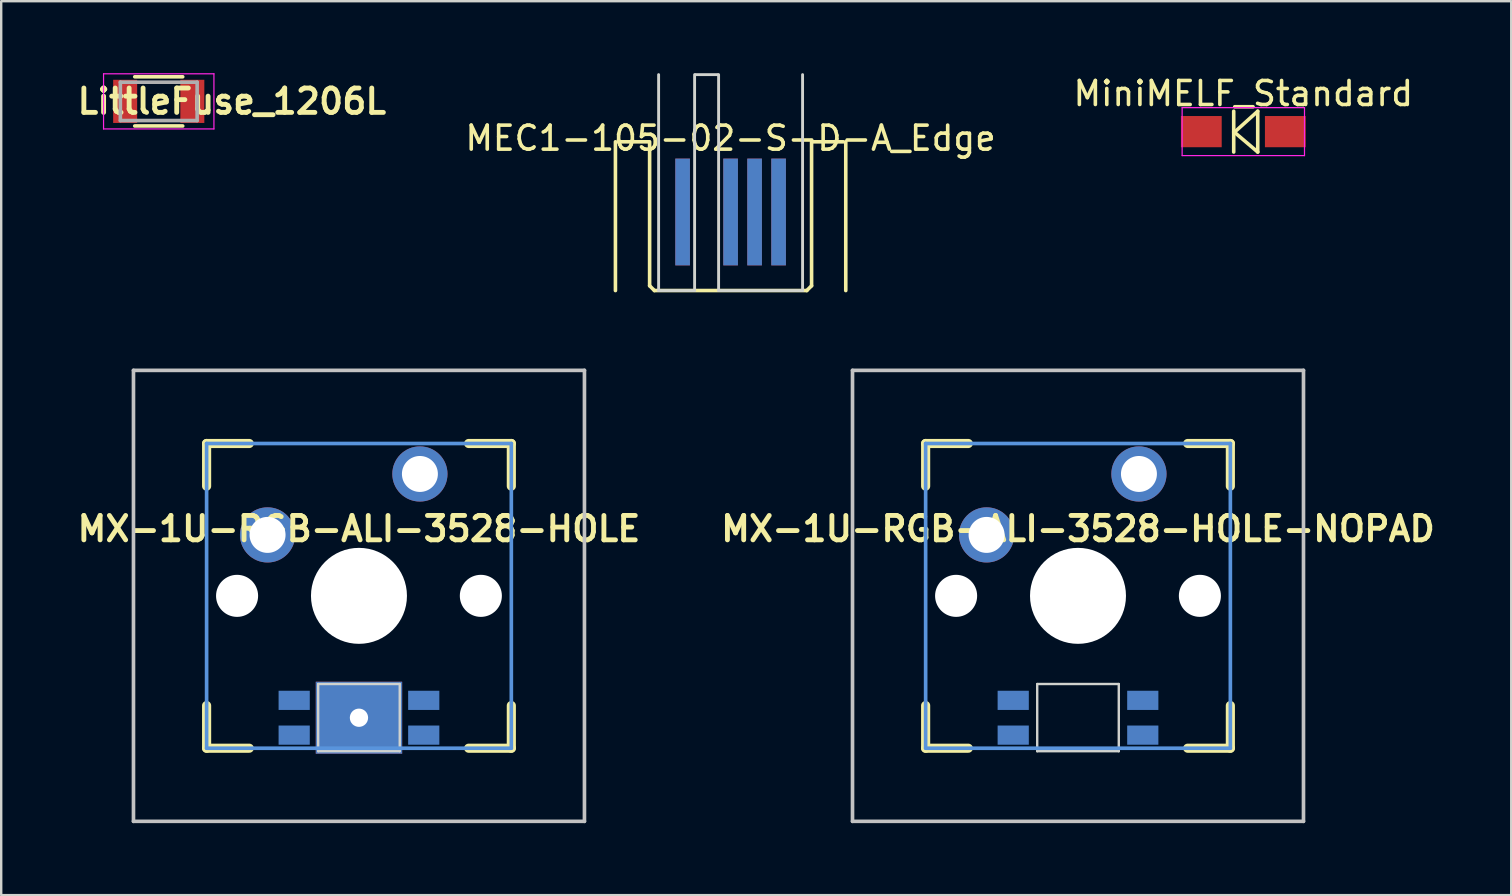
<source format=kicad_pcb>
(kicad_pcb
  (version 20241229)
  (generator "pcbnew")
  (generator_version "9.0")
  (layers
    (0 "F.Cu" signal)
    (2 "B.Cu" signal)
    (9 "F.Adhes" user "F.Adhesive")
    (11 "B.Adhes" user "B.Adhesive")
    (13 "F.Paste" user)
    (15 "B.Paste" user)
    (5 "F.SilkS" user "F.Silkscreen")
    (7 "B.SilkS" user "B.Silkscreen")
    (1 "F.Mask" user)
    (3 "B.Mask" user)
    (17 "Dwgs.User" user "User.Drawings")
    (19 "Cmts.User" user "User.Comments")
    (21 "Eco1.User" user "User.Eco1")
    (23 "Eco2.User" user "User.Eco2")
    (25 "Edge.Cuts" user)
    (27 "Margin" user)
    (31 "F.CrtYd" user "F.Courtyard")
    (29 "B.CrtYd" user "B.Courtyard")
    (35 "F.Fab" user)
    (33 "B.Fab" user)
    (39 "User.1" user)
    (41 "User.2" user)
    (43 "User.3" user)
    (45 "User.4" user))
  (footprint "MX-1U-RGB-ALI-3528-HOLE-NOPAD"
    (layer "F.Cu")
    (at 41.879 21.784)
    (property "Reference" "MX-1U-RGB-ALI-3528-HOLE-NOPAD" (at 0 -2.794 0) (layer "F.SilkS") (effects (font (size 1.016 1.016) (thickness 0.203))))
    (attr through_hole)
    (fp_line (start -6.35 -6.35) (end -4.572 -6.35) (stroke (width 0.381) (type solid)) (layer "F.SilkS"))
    (fp_line (start -6.35 -4.572) (end -6.35 -6.35) (stroke (width 0.381) (type solid)) (layer "F.SilkS"))
    (fp_line (start -6.35 6.35) (end -6.35 4.572) (stroke (width 0.381) (type solid)) (layer "F.SilkS"))
    (fp_line (start -4.572 6.35) (end -6.35 6.35) (stroke (width 0.381) (type solid)) (layer "F.SilkS"))
    (fp_line (start 4.572 -6.35) (end 6.35 -6.35) (stroke (width 0.381) (type solid)) (layer "F.SilkS"))
    (fp_line (start 6.35 -6.35) (end 6.35 -4.572) (stroke (width 0.381) (type solid)) (layer "F.SilkS"))
    (fp_line (start 6.35 4.572) (end 6.35 6.35) (stroke (width 0.381) (type solid)) (layer "F.SilkS"))
    (fp_line (start 6.35 6.35) (end 4.572 6.35) (stroke (width 0.381) (type solid)) (layer "F.SilkS"))
    (fp_line (start -9.398 -9.398) (end 9.398 -9.398) (stroke (width 0.152) (type solid)) (layer "Dwgs.User"))
    (fp_line (start -9.398 9.398) (end -9.398 -9.398) (stroke (width 0.152) (type solid)) (layer "Dwgs.User"))
    (fp_line (start 9.398 -9.398) (end 9.398 9.398) (stroke (width 0.152) (type solid)) (layer "Dwgs.User"))
    (fp_line (start 9.398 9.398) (end -9.398 9.398) (stroke (width 0.152) (type solid)) (layer "Dwgs.User"))
    (fp_line (start -6.35 -6.35) (end 6.35 -6.35) (stroke (width 0.152) (type solid)) (layer "Cmts.User"))
    (fp_line (start -6.35 6.35) (end -6.35 -6.35) (stroke (width 0.152) (type solid)) (layer "Cmts.User"))
    (fp_line (start 6.35 -6.35) (end 6.35 6.35) (stroke (width 0.152) (type solid)) (layer "Cmts.User"))
    (fp_line (start 6.35 6.35) (end -6.35 6.35) (stroke (width 0.152) (type solid)) (layer "Cmts.User"))
    (fp_line (start -6.985 -6.985) (end 6.985 -6.985) (stroke (width 0.152) (type solid)) (layer "Eco2.User"))
    (fp_line (start -6.985 6.985) (end -6.985 -6.985) (stroke (width 0.152) (type solid)) (layer "Eco2.User"))
    (fp_line (start 6.985 -6.985) (end 6.985 6.985) (stroke (width 0.152) (type solid)) (layer "Eco2.User"))
    (fp_line (start 6.985 6.985) (end -6.985 6.985) (stroke (width 0.152) (type solid)) (layer "Eco2.User"))
    (fp_line (start -1.7 3.675) (end -1.7 6.475) (stroke (width 0.1) (type solid)) (layer "Edge.Cuts"))
    (fp_line (start -1.7 3.675) (end 1.7 3.675) (stroke (width 0.1) (type solid)) (layer "Edge.Cuts"))
    (fp_line (start -1.7 6.475) (end 1.7 6.475) (stroke (width 0.1) (type solid)) (layer "Edge.Cuts"))
    (fp_line (start 1.7 3.675) (end 1.7 6.475) (stroke (width 0.1) (type solid)) (layer "Edge.Cuts"))
    (pad "" np_thru_hole circle (at -5.08 0) (size 1.753 1.753) (drill 1.753) (layers "*.Cu"))
    (pad "" np_thru_hole circle (at 0 0) (size 4 4) (drill 4) (layers "*.Cu"))
    (pad "" np_thru_hole circle (at 5.08 0) (size 1.753 1.753) (drill 1.753) (layers "*.Cu"))
    (pad "1" thru_hole circle (at 2.54 -5.08) (size 2.3 2.3) (drill 1.499) (layers "*.Cu" "*.Mask"))
    (pad "2" thru_hole circle (at -3.81 -2.54) (size 2.3 2.3) (drill 1.5) (layers "*.Cu" "*.Mask"))
    (pad "A" smd rect (at 2.7 4.355) (size 1.3 0.8) (layers "B.Cu" "B.Mask" "B.Paste"))
    (pad "B" smd rect (at 2.7 5.805) (size 1.3 0.8) (layers "B.Cu" "B.Mask" "B.Paste"))
    (pad "G" smd rect (at -2.7 4.355) (size 1.3 0.8) (layers "B.Cu" "B.Mask" "B.Paste"))
    (pad "R" smd rect (at -2.7 5.805) (size 1.3 0.8) (layers "B.Cu" "B.Mask" "B.Paste")))
  (footprint "MX-1U-RGB-ALI-3528-HOLE"
    (layer "F.Cu")
    (at 11.911 21.784)
    (property "Reference" "MX-1U-RGB-ALI-3528-HOLE" (at 0 -2.794 0) (layer "F.SilkS") (effects (font (size 1.016 1.016) (thickness 0.203))))
    (attr through_hole)
    (fp_line (start -6.35 -6.35) (end -4.572 -6.35) (stroke (width 0.381) (type solid)) (layer "F.SilkS"))
    (fp_line (start -6.35 -4.572) (end -6.35 -6.35) (stroke (width 0.381) (type solid)) (layer "F.SilkS"))
    (fp_line (start -6.35 6.35) (end -6.35 4.572) (stroke (width 0.381) (type solid)) (layer "F.SilkS"))
    (fp_line (start -4.572 6.35) (end -6.35 6.35) (stroke (width 0.381) (type solid)) (layer "F.SilkS"))
    (fp_line (start 4.572 -6.35) (end 6.35 -6.35) (stroke (width 0.381) (type solid)) (layer "F.SilkS"))
    (fp_line (start 6.35 -6.35) (end 6.35 -4.572) (stroke (width 0.381) (type solid)) (layer "F.SilkS"))
    (fp_line (start 6.35 4.572) (end 6.35 6.35) (stroke (width 0.381) (type solid)) (layer "F.SilkS"))
    (fp_line (start 6.35 6.35) (end 4.572 6.35) (stroke (width 0.381) (type solid)) (layer "F.SilkS"))
    (fp_line (start -9.398 -9.398) (end 9.398 -9.398) (stroke (width 0.152) (type solid)) (layer "Dwgs.User"))
    (fp_line (start -9.398 9.398) (end -9.398 -9.398) (stroke (width 0.152) (type solid)) (layer "Dwgs.User"))
    (fp_line (start 9.398 -9.398) (end 9.398 9.398) (stroke (width 0.152) (type solid)) (layer "Dwgs.User"))
    (fp_line (start 9.398 9.398) (end -9.398 9.398) (stroke (width 0.152) (type solid)) (layer "Dwgs.User"))
    (fp_line (start -6.35 -6.35) (end 6.35 -6.35) (stroke (width 0.152) (type solid)) (layer "Cmts.User"))
    (fp_line (start -6.35 6.35) (end -6.35 -6.35) (stroke (width 0.152) (type solid)) (layer "Cmts.User"))
    (fp_line (start 6.35 -6.35) (end 6.35 6.35) (stroke (width 0.152) (type solid)) (layer "Cmts.User"))
    (fp_line (start 6.35 6.35) (end -6.35 6.35) (stroke (width 0.152) (type solid)) (layer "Cmts.User"))
    (fp_line (start -6.985 -6.985) (end 6.985 -6.985) (stroke (width 0.152) (type solid)) (layer "Eco2.User"))
    (fp_line (start -6.985 6.985) (end -6.985 -6.985) (stroke (width 0.152) (type solid)) (layer "Eco2.User"))
    (fp_line (start 6.985 -6.985) (end 6.985 6.985) (stroke (width 0.152) (type solid)) (layer "Eco2.User"))
    (fp_line (start 6.985 6.985) (end -6.985 6.985) (stroke (width 0.152) (type solid)) (layer "Eco2.User"))
    (fp_line (start -1.7 3.675) (end -1.7 6.475) (stroke (width 0.1) (type solid)) (layer "Edge.Cuts"))
    (fp_line (start -1.7 3.675) (end 1.7 3.675) (stroke (width 0.1) (type solid)) (layer "Edge.Cuts"))
    (fp_line (start -1.7 6.475) (end 1.7 6.475) (stroke (width 0.1) (type solid)) (layer "Edge.Cuts"))
    (fp_line (start 1.7 3.675) (end 1.7 6.475) (stroke (width 0.1) (type solid)) (layer "Edge.Cuts"))
    (pad "" np_thru_hole circle (at -5.08 0) (size 1.753 1.753) (drill 1.753) (layers "*.Cu"))
    (pad "" np_thru_hole circle (at 0 0) (size 4 4) (drill 4) (layers "*.Cu"))
    (pad "" np_thru_hole rect (at 0 5.08) (size 3.6 3) (drill 0.762) (layers "*.Cu" "*.Mask"))
    (pad "" np_thru_hole circle (at 5.08 0) (size 1.753 1.753) (drill 1.753) (layers "*.Cu"))
    (pad "1" thru_hole circle (at 2.54 -5.08) (size 2.3 2.3) (drill 1.499) (layers "*.Cu" "*.Mask"))
    (pad "2" thru_hole circle (at -3.81 -2.54) (size 2.3 2.3) (drill 1.5) (layers "*.Cu" "*.Mask"))
    (pad "A" smd rect (at 2.7 4.355) (size 1.3 0.8) (layers "B.Cu" "B.Mask" "B.Paste"))
    (pad "B" smd rect (at 2.7 5.805) (size 1.3 0.8) (layers "B.Cu" "B.Mask" "B.Paste"))
    (pad "G" smd rect (at -2.7 4.355) (size 1.3 0.8) (layers "B.Cu" "B.Mask" "B.Paste"))
    (pad "R" smd rect (at -2.7 5.805) (size 1.3 0.8) (layers "B.Cu" "B.Mask" "B.Paste")))
  (footprint "MiniMELF_Standard"
    (layer "F.Cu")
    (at 48.769 2.436)
    (property "Reference" "MiniMELF_Standard" (at 0 -1.587 180) (layer "F.SilkS") (effects (font (size 1 1) (thickness 0.15))))
    (attr smd)
    (fp_line (start -0.4 -0.85) (end -0.4 0.85) (stroke (width 0.15) (type solid)) (layer "F.SilkS"))
    (fp_line (start -0.4 0.051) (end 0.601 -0.85) (stroke (width 0.15) (type solid)) (layer "F.SilkS"))
    (fp_line (start 0.601 -0.85) (end 0.601 0.85) (stroke (width 0.15) (type solid)) (layer "F.SilkS"))
    (fp_line (start 0.601 0.85) (end -0.4 0) (stroke (width 0.15) (type solid)) (layer "F.SilkS"))
    (fp_line (start -2.55 -1) (end 2.55 -1) (stroke (width 0.05) (type solid)) (layer "F.CrtYd"))
    (fp_line (start -2.55 1) (end -2.55 -1) (stroke (width 0.05) (type solid)) (layer "F.CrtYd"))
    (fp_line (start 2.55 -1) (end 2.55 1) (stroke (width 0.05) (type solid)) (layer "F.CrtYd"))
    (fp_line (start 2.55 1) (end -2.55 1) (stroke (width 0.05) (type solid)) (layer "F.CrtYd"))
    (pad "1" smd rect (at -1.75 0 90) (size 1.3 1.699) (layers "F.Cu" "F.Mask" "F.Paste"))
    (pad "2" smd rect (at 1.75 0 90) (size 1.3 1.699) (layers "F.Cu" "F.Mask" "F.Paste")))
  (footprint "MEC1-105-02-S-D-A_Edge"
    (layer "F.Cu")
    (at 27.4 9.06)
    (property "Reference" "MEC1-105-02-S-D-A_Edge" (at 0 -6.35 0) (layer "F.SilkS") (effects (font (size 1 1) (thickness 0.15))))
    (attr exclude_from_pos_files exclude_from_bom)
    (fp_line (start -4.8 -6.2) (end -4.8 0) (stroke (width 0.15) (type solid)) (layer "F.SilkS"))
    (fp_line (start -4.7 -6.2) (end -3.4 -6.2) (stroke (width 0.15) (type solid)) (layer "F.SilkS"))
    (fp_line (start -3.375 -0.2) (end -3.375 -6.2) (stroke (width 0.15) (type solid)) (layer "F.SilkS"))
    (fp_line (start -3.375 -0.2) (end -3.175 0) (stroke (width 0.15) (type solid)) (layer "F.SilkS"))
    (fp_line (start -3.175 0) (end 3.175 0) (stroke (width 0.15) (type solid)) (layer "F.SilkS"))
    (fp_line (start 3.175 0) (end 3.375 -0.2) (stroke (width 0.15) (type solid)) (layer "F.SilkS"))
    (fp_line (start 3.375 -0.2) (end 3.375 -6.2) (stroke (width 0.15) (type solid)) (layer "F.SilkS"))
    (fp_line (start 3.4 -6.2) (end 4.7 -6.2) (stroke (width 0.15) (type solid)) (layer "F.SilkS"))
    (fp_line (start 4.8 -6.2) (end 4.8 0) (stroke (width 0.15) (type solid)) (layer "F.SilkS"))
    (fp_line (start -3 0) (end -3 -9) (stroke (width 0.12) (type solid)) (layer "Edge.Cuts"))
    (fp_line (start -3 0) (end -1.5 0) (stroke (width 0.12) (type solid)) (layer "Edge.Cuts"))
    (fp_line (start -1.5 0) (end -1.5 -9) (stroke (width 0.12) (type solid)) (layer "Edge.Cuts"))
    (fp_line (start -1.46 -9) (end -0.54 -9) (stroke (width 0.12) (type solid)) (layer "Edge.Cuts"))
    (fp_line (start -0.5 0) (end -0.5 -9) (stroke (width 0.12) (type solid)) (layer "Edge.Cuts"))
    (fp_line (start -0.5 0) (end 3 0) (stroke (width 0.12) (type solid)) (layer "Edge.Cuts"))
    (fp_line (start 3 0) (end 3 -9) (stroke (width 0.12) (type solid)) (layer "Edge.Cuts"))
    (pad "1" smd rect (at -2 -3.275) (size 0.61 4.45) (layers "F.Cu" "F.Mask" "F.Paste"))
    (pad "2" smd rect (at -2 -3.275) (size 0.61 4.45) (layers "F.Mask" "B.Cu" "F.Paste"))
    (pad "5" smd rect (at 0 -3.275) (size 0.61 4.45) (layers "F.Cu" "F.Mask" "F.Paste"))
    (pad "6" smd rect (at 0 -3.275) (size 0.61 4.45) (layers "F.Mask" "B.Cu" "F.Paste"))
    (pad "7" smd rect (at 1 -3.275) (size 0.61 4.45) (layers "F.Cu" "F.Mask" "F.Paste"))
    (pad "8" smd rect (at 1 -3.275) (size 0.61 4.45) (layers "F.Mask" "B.Cu" "F.Paste"))
    (pad "9" smd rect (at 2 -3.275) (size 0.61 4.45) (layers "F.Cu" "F.Mask" "F.Paste"))
    (pad "10" smd rect (at 2 -3.275) (size 0.61 4.45) (layers "F.Mask" "B.Cu" "F.Paste")))
  (footprint "LittleFuse_1206L"
    (layer "F.Cu")
    (at 3.566 1.175)
    (property "Reference" "LittleFuse_1206L" (at 3.048 0 0) (layer "F.SilkS") (effects (font (size 1.016 1.016) (thickness 0.203))))
    (attr smd)
    (fp_line (start -1 1.025) (end 1 1.025) (stroke (width 0.15) (type solid)) (layer "F.SilkS"))
    (fp_line (start 1 -1.025) (end -1 -1.025) (stroke (width 0.15) (type solid)) (layer "F.SilkS"))
    (fp_line (start -2.3 -1.15) (end -2.3 1.15) (stroke (width 0.05) (type solid)) (layer "F.CrtYd"))
    (fp_line (start -2.3 -1.15) (end 2.3 -1.15) (stroke (width 0.05) (type solid)) (layer "F.CrtYd"))
    (fp_line (start -2.3 1.15) (end 2.3 1.15) (stroke (width 0.05) (type solid)) (layer "F.CrtYd"))
    (fp_line (start 2.3 -1.15) (end 2.3 1.15) (stroke (width 0.05) (type solid)) (layer "F.CrtYd"))
    (fp_line (start -1.6 -0.8) (end 1.6 -0.8) (stroke (width 0.15) (type solid)) (layer "F.Fab"))
    (fp_line (start -1.6 0.8) (end -1.6 -0.8) (stroke (width 0.15) (type solid)) (layer "F.Fab"))
    (fp_line (start 1.6 -0.8) (end 1.6 0.8) (stroke (width 0.15) (type solid)) (layer "F.Fab"))
    (fp_line (start 1.6 0.8) (end -1.6 0.8) (stroke (width 0.15) (type solid)) (layer "F.Fab"))
    (pad "1" smd rect (at -1.4 0) (size 1 1.8) (layers "F.Cu" "F.Mask" "F.Paste"))
    (pad "2" smd rect (at 1.4 0) (size 1 1.8) (layers "F.Cu" "F.Mask" "F.Paste")))
  (gr_rect
    (start -3 -3)
    (end 59.935 34.258)
    (stroke (width 0.1) (type default))
    (fill no)
    (layer "Edge.Cuts")))
</source>
